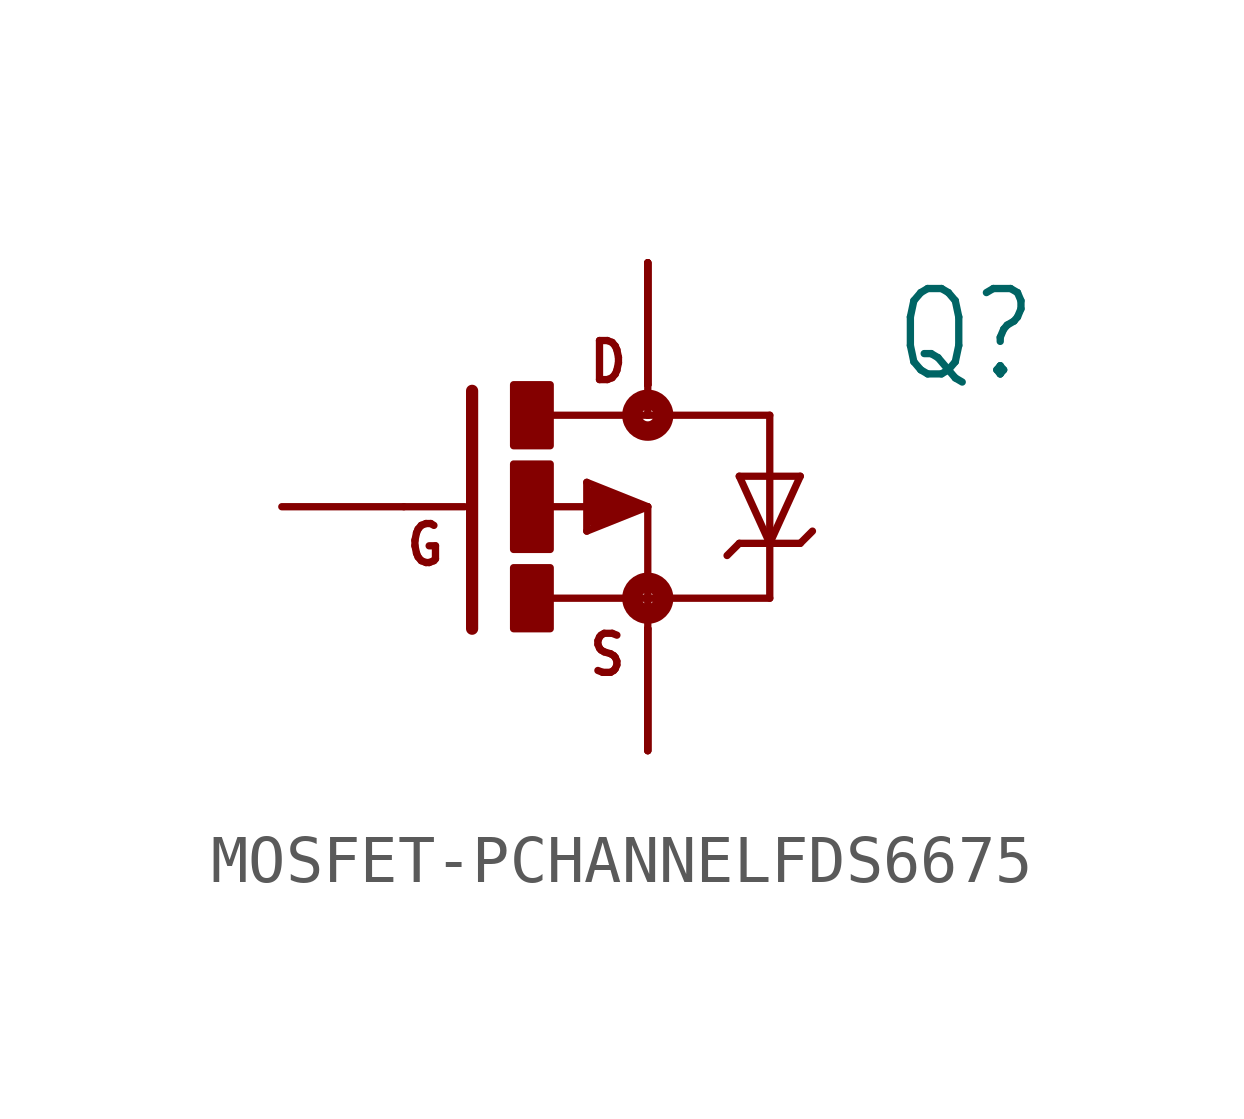
<source format=kicad_sym>
(kicad_symbol_lib
  (version 20220914)
  (generator kicad_symbol_editor)
  (symbol "MOSFET-PCHANNELFDS6675"
    (property "Reference" "Q"
      (at 5.08 2.54 0)
      (effects (font (size 1.778 1.511)) (justify left bottom)))
    (property "Value" ""
      (at 5.08 0 0)
      (effects (font (size 1.778 1.511)) (justify left bottom)))
    (property "ki_locked" ""
      (at 0 0 0)
      (effects (font (size 1.27 1.27))))
    (symbol "MOSFET-PCHANNELFDS6675_1_0"
      (rectangle (start -2.794 -2.54) (end -2.032 -1.27) (stroke (width 0) (type default)) (fill (type outline)))
      (rectangle (start -2.794 -0.889) (end -2.032 0.889) (stroke (width 0) (type default)) (fill (type outline)))
      (rectangle (start -2.794 1.27) (end -2.032 2.54) (stroke (width 0) (type default)) (fill (type outline)))
      (circle (center 0 -1.905) (radius 0.127) (stroke (width 0.406) (type solid)) (fill (type none)))
      (polyline (pts (xy -3.81 0) (xy -5.08 0)) (stroke (width 0.152) (type solid)) (fill (type none)))
      (polyline (pts (xy -3.658 2.413) (xy -3.658 -2.54)) (stroke (width 0.254) (type solid)) (fill (type none)))
      (polyline (pts (xy -2.032 -1.905) (xy 0 -1.905)) (stroke (width 0.152) (type solid)) (fill (type none)))
      (polyline (pts (xy -1.27 -0.508) (xy 0 0)) (stroke (width 0.152) (type solid)) (fill (type none)))
      (polyline (pts (xy -1.27 0.508) (xy -1.27 -0.508)) (stroke (width 0.152) (type solid)) (fill (type none)))
      (polyline (pts (xy -1.143 -0.254) (xy -0.254 0)) (stroke (width 0.305) (type solid)) (fill (type none)))
      (polyline (pts (xy -1.143 0) (xy -2.032 0)) (stroke (width 0.152) (type solid)) (fill (type none)))
      (polyline (pts (xy -1.143 0) (xy -0.889 0)) (stroke (width 0.305) (type solid)) (fill (type none)))
      (polyline (pts (xy -1.143 0.254) (xy -1.143 0)) (stroke (width 0.305) (type solid)) (fill (type none)))
      (polyline (pts (xy -0.254 0) (xy -1.143 0.254)) (stroke (width 0.305) (type solid)) (fill (type none)))
      (polyline (pts (xy 0 -1.905) (xy 0 -2.54)) (stroke (width 0.152) (type solid)) (fill (type none)))
      (polyline (pts (xy 0 0) (xy -1.27 0.508)) (stroke (width 0.152) (type solid)) (fill (type none)))
      (polyline (pts (xy 0 0) (xy 0 -1.905)) (stroke (width 0.152) (type solid)) (fill (type none)))
      (polyline (pts (xy 0 1.905) (xy -2.007 1.905)) (stroke (width 0.152) (type solid)) (fill (type none)))
      (polyline (pts (xy 0 1.905) (xy 2.54 1.905)) (stroke (width 0.152) (type solid)) (fill (type none)))
      (polyline (pts (xy 0 2.54) (xy 0 1.905)) (stroke (width 0.152) (type solid)) (fill (type none)))
      (polyline (pts (xy 1.905 -0.762) (xy 1.651 -1.016)) (stroke (width 0.152) (type solid)) (fill (type none)))
      (polyline (pts (xy 1.905 0.635) (xy 2.54 -0.762)) (stroke (width 0.152) (type solid)) (fill (type none)))
      (polyline (pts (xy 2.54 -1.905) (xy 0 -1.905)) (stroke (width 0.152) (type solid)) (fill (type none)))
      (polyline (pts (xy 2.54 -1.905) (xy 2.54 -0.762)) (stroke (width 0.152) (type solid)) (fill (type none)))
      (polyline (pts (xy 2.54 -0.762) (xy 1.905 -0.762)) (stroke (width 0.152) (type solid)) (fill (type none)))
      (polyline (pts (xy 2.54 -0.762) (xy 2.54 1.905)) (stroke (width 0.152) (type solid)) (fill (type none)))
      (polyline (pts (xy 2.54 -0.762) (xy 3.175 0.635)) (stroke (width 0.152) (type solid)) (fill (type none)))
      (polyline (pts (xy 3.175 -0.762) (xy 2.54 -0.762)) (stroke (width 0.152) (type solid)) (fill (type none)))
      (polyline (pts (xy 3.175 -0.762) (xy 3.429 -0.508)) (stroke (width 0.152) (type solid)) (fill (type none)))
      (polyline (pts (xy 3.175 0.635) (xy 1.905 0.635)) (stroke (width 0.152) (type solid)) (fill (type none)))
      (circle (center 0 1.905) (radius 0.127) (stroke (width 0.406) (type solid)) (fill (type none)))
      (text "D" (at -1.27 2.54 0) (effects (font (size 0.813 0.691)) (justify left bottom)))
      (text "G" (at -5.08 -1.27 0) (effects (font (size 0.813 0.691)) (justify left bottom)))
      (text "S" (at -1.27 -3.556 0) (effects (font (size 0.813 0.691)) (justify left bottom)))
      (pin passive line (at 0 -5.08 90) (length 2.54) (name "S" (effects (font (size 0 0)))) (number "1" (effects (font (size 0 0)))))
      (pin passive line (at 0 -5.08 90) (length 2.54) (name "S" (effects (font (size 0 0)))) (number "2" (effects (font (size 0 0)))))
      (pin passive line (at 0 -5.08 90) (length 2.54) (name "S" (effects (font (size 0 0)))) (number "3" (effects (font (size 0 0)))))
      (pin passive line (at -7.62 0 0) (length 2.54) (name "G" (effects (font (size 0 0)))) (number "4" (effects (font (size 0 0)))))
      (pin passive line (at 0 5.08 270) (length 2.54) (name "D" (effects (font (size 0 0)))) (number "5" (effects (font (size 0 0)))))
      (pin passive line (at 0 5.08 270) (length 2.54) (name "D" (effects (font (size 0 0)))) (number "6" (effects (font (size 0 0)))))
      (pin passive line (at 0 5.08 270) (length 2.54) (name "D" (effects (font (size 0 0)))) (number "7" (effects (font (size 0 0)))))
      (pin passive line (at 0 5.08 270) (length 2.54) (name "D" (effects (font (size 0 0)))) (number "8" (effects (font (size 0 0))))))))
</source>
